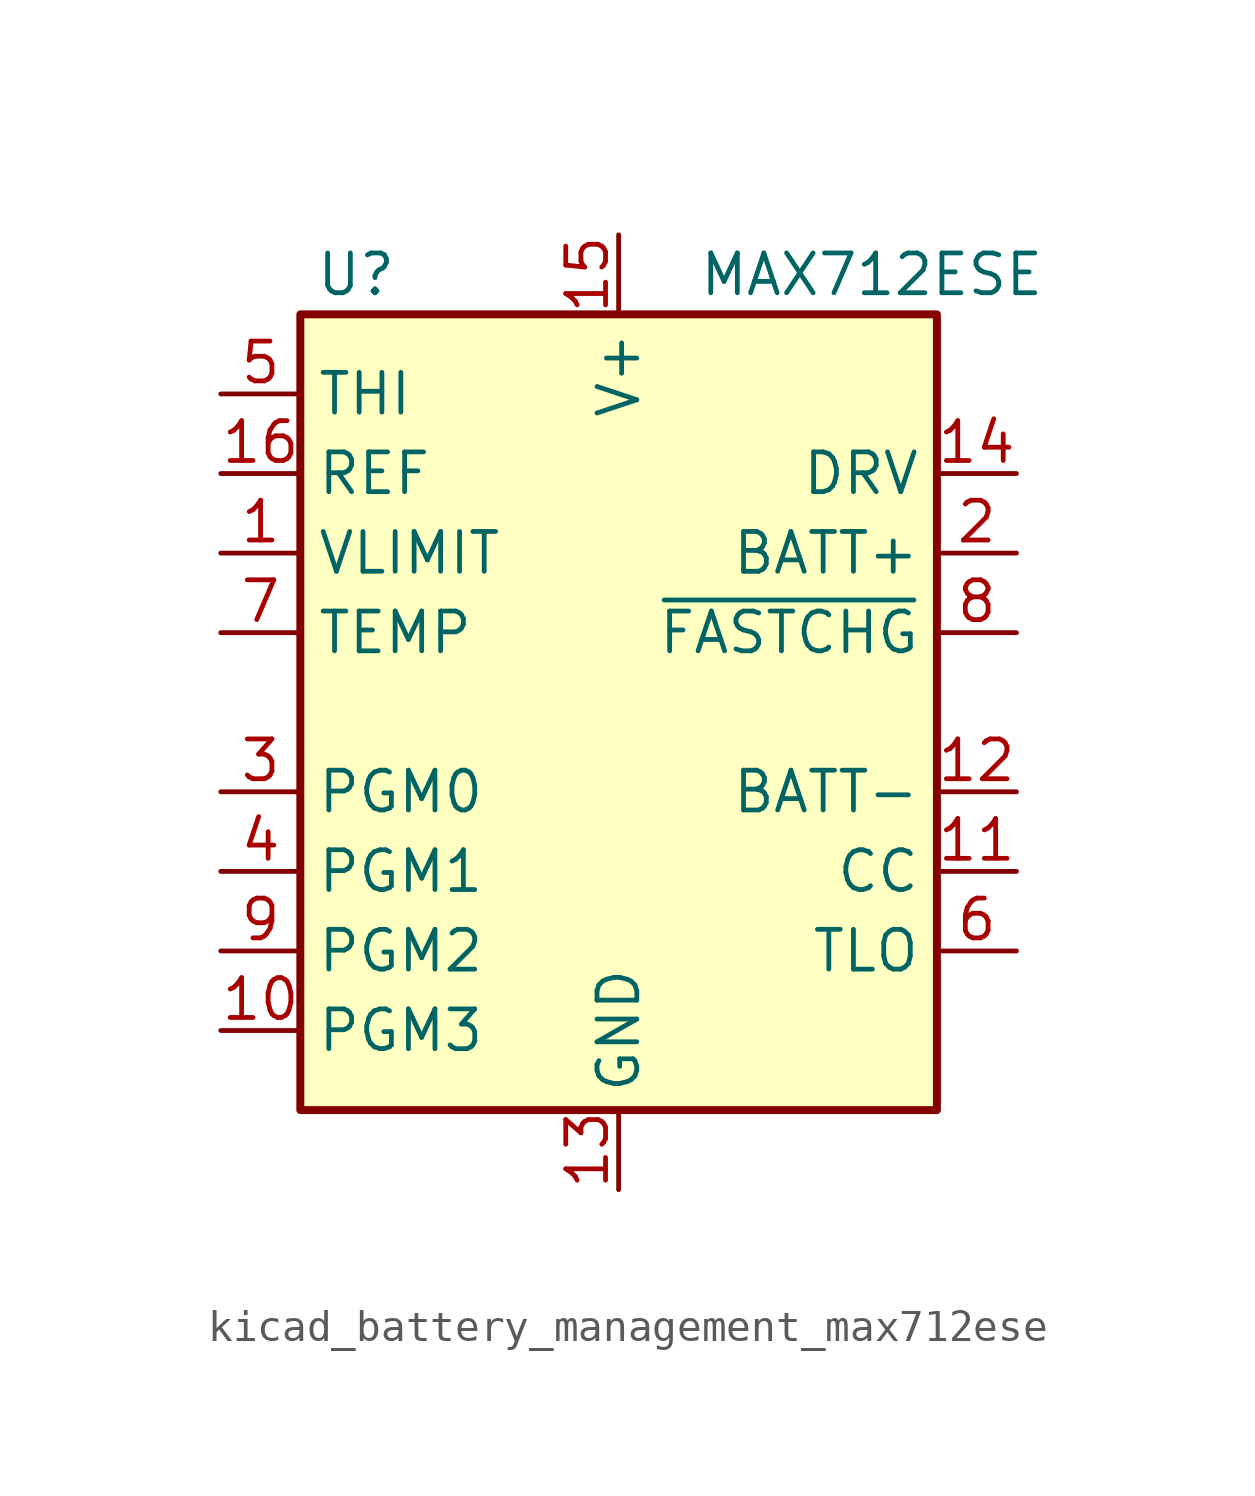
<source format=kicad_sym>
(kicad_symbol_lib
  (version 20220914)
  (generator kicad_symbol_editor)
  (symbol "kicad_battery_management_max712ese"
    (property "Reference" "U"
      (at -8.382 13.97 0)
      (effects (font (size 1.27 1.27))))
    (property "Value" "MAX712ESE"
      (at 2.54 13.97 0)
      (effects (font (size 1.27 1.27)) (justify left)))
    (symbol "kicad_battery_management_max712ese_0_1"
      (rectangle (start -10.16 12.7) (end 10.16 -12.7) (stroke (width 0.254) (type default)) (fill (type background))))
    (symbol "kicad_battery_management_max712ese_1_1"
      (pin input line (at -12.7 5.08 0) (length 2.54) (name "VLIMIT" (effects (font (size 1.27 1.27)))) (number "1" (effects (font (size 1.27 1.27)))))
      (pin input line (at -12.7 -10.16 0) (length 2.54) (name "PGM3" (effects (font (size 1.27 1.27)))) (number "10" (effects (font (size 1.27 1.27)))))
      (pin input line (at 12.7 -5.08 180) (length 2.54) (name "CC" (effects (font (size 1.27 1.27)))) (number "11" (effects (font (size 1.27 1.27)))))
      (pin input line (at 12.7 -2.54 180) (length 2.54) (name "BATT-" (effects (font (size 1.27 1.27)))) (number "12" (effects (font (size 1.27 1.27)))))
      (pin power_in line (at 0 -15.24 90) (length 2.54) (name "GND" (effects (font (size 1.27 1.27)))) (number "13" (effects (font (size 1.27 1.27)))))
      (pin output line (at 12.7 7.62 180) (length 2.54) (name "DRV" (effects (font (size 1.27 1.27)))) (number "14" (effects (font (size 1.27 1.27)))))
      (pin power_in line (at 0 15.24 270) (length 2.54) (name "V+" (effects (font (size 1.27 1.27)))) (number "15" (effects (font (size 1.27 1.27)))))
      (pin power_in line (at -12.7 7.62 0) (length 2.54) (name "REF" (effects (font (size 1.27 1.27)))) (number "16" (effects (font (size 1.27 1.27)))))
      (pin power_out line (at 12.7 5.08 180) (length 2.54) (name "BATT+" (effects (font (size 1.27 1.27)))) (number "2" (effects (font (size 1.27 1.27)))))
      (pin power_out line (at -12.7 -2.54 0) (length 2.54) (name "PGM0" (effects (font (size 1.27 1.27)))) (number "3" (effects (font (size 1.27 1.27)))))
      (pin power_out line (at -12.7 -5.08 0) (length 2.54) (name "PGM1" (effects (font (size 1.27 1.27)))) (number "4" (effects (font (size 1.27 1.27)))))
      (pin input line (at -12.7 10.16 0) (length 2.54) (name "THI" (effects (font (size 1.27 1.27)))) (number "5" (effects (font (size 1.27 1.27)))))
      (pin input line (at 12.7 -7.62 180) (length 2.54) (name "TLO" (effects (font (size 1.27 1.27)))) (number "6" (effects (font (size 1.27 1.27)))))
      (pin input line (at -12.7 2.54 0) (length 2.54) (name "TEMP" (effects (font (size 1.27 1.27)))) (number "7" (effects (font (size 1.27 1.27)))))
      (pin open_collector line (at 12.7 2.54 180) (length 2.54) (name "~{FASTCHG}" (effects (font (size 1.27 1.27)))) (number "8" (effects (font (size 1.27 1.27)))))
      (pin input line (at -12.7 -7.62 0) (length 2.54) (name "PGM2" (effects (font (size 1.27 1.27)))) (number "9" (effects (font (size 1.27 1.27))))))))
</source>
